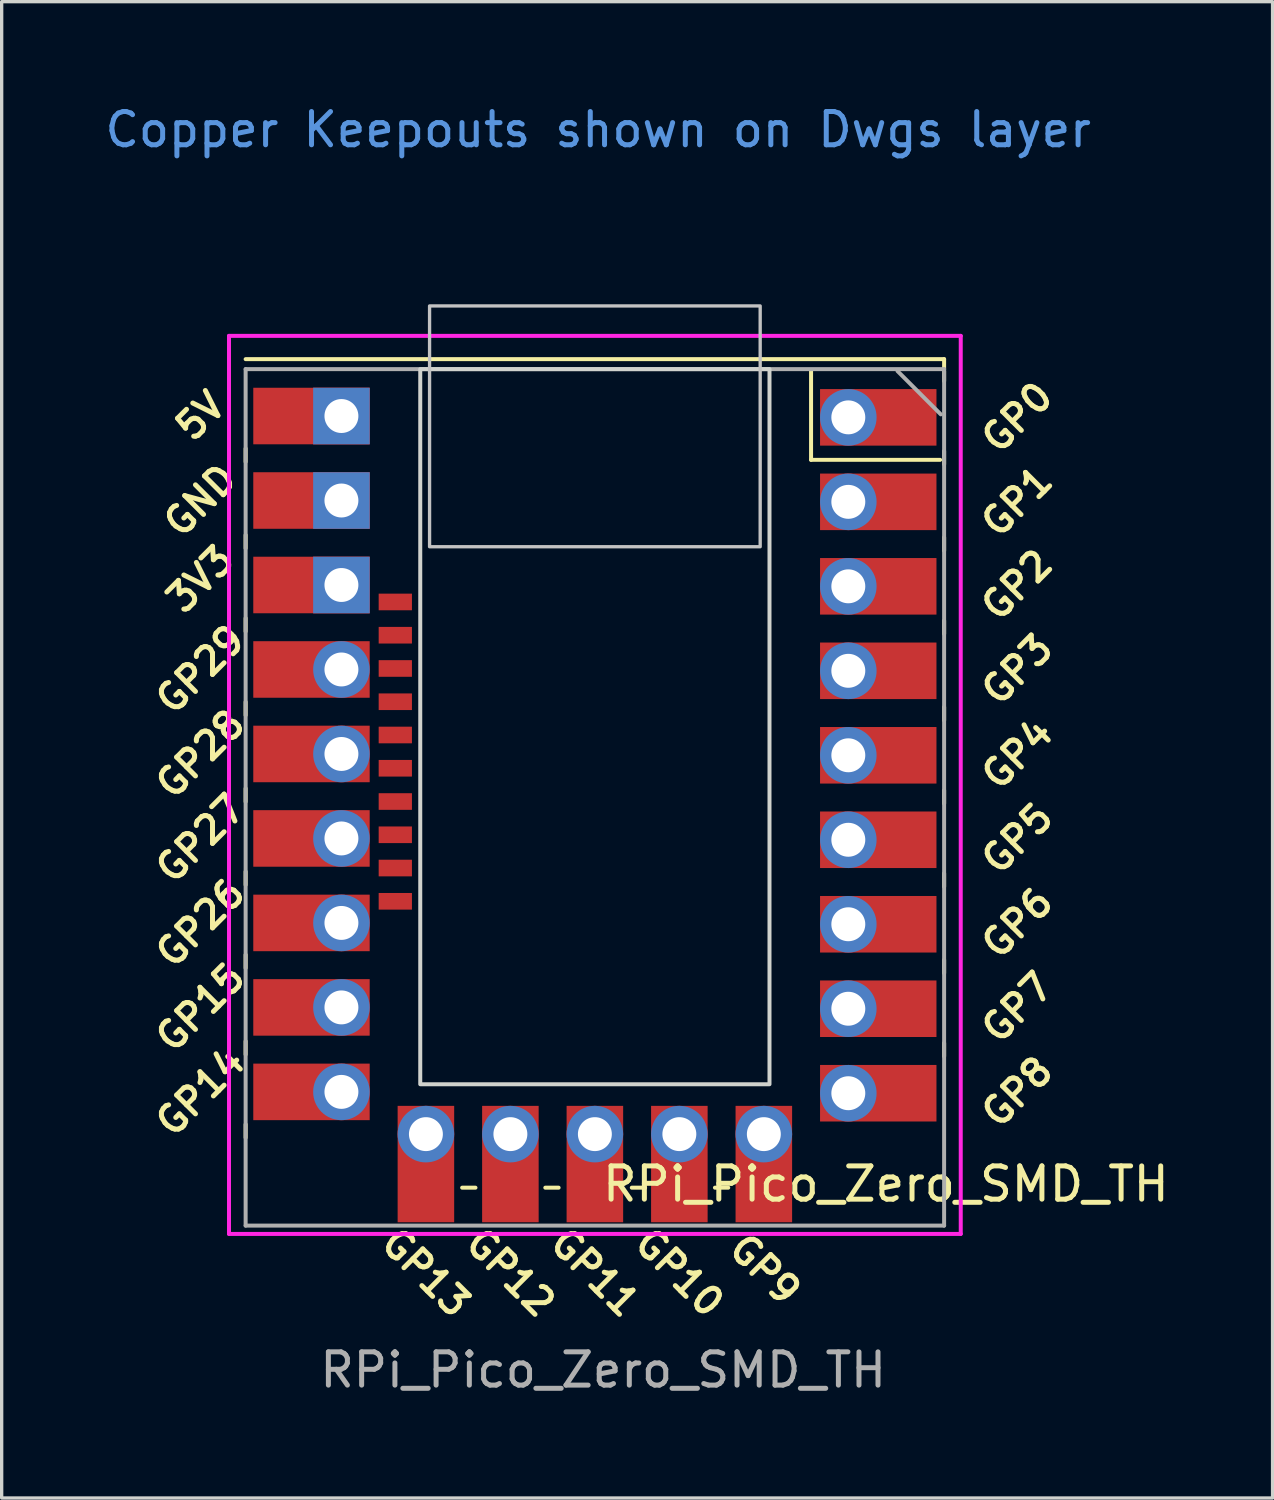
<source format=kicad_pcb>
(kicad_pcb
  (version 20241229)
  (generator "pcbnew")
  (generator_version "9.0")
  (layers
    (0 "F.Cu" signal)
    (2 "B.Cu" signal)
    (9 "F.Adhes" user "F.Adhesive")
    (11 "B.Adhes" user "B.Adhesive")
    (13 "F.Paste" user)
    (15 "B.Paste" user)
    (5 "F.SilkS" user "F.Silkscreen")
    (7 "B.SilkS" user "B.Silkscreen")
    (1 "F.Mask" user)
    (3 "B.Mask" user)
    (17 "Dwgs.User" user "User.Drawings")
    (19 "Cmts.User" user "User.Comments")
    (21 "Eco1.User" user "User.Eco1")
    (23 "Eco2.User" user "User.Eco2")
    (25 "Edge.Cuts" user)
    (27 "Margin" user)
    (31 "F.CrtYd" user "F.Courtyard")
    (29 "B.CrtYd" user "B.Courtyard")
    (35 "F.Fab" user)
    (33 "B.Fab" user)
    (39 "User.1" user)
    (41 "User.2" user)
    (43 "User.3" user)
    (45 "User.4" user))
  (footprint "RPi_Pico_Zero_SMD_TH"
    (layer "F.Cu")
    (at 14.835 31.048)
    (property "Reference" "RPi_Pico_Zero_SMD_TH" (at 8.75 1.5 0) (layer "F.SilkS") (effects (font (size 1 1) (thickness 0.15))))
    (attr through_hole)
    (fp_line (start -10.5 -23.3) (end 10.5 -23.3) (stroke (width 0.12) (type solid)) (layer "F.SilkS"))
    (fp_line (start -10.5 -20.213) (end -10.5 -20.613) (stroke (width 0.12) (type solid)) (layer "F.SilkS"))
    (fp_line (start -10.5 -17.613) (end -10.5 -18.013) (stroke (width 0.12) (type solid)) (layer "F.SilkS"))
    (fp_line (start -10.5 -15.113) (end -10.5 -15.513) (stroke (width 0.12) (type solid)) (layer "F.SilkS"))
    (fp_line (start -10.5 -12.594) (end -10.5 -12.994) (stroke (width 0.12) (type solid)) (layer "F.SilkS"))
    (fp_line (start -10.5 -9.994) (end -10.5 -10.394) (stroke (width 0.12) (type solid)) (layer "F.SilkS"))
    (fp_line (start -10.5 -7.494) (end -10.5 -7.894) (stroke (width 0.12) (type solid)) (layer "F.SilkS"))
    (fp_line (start -10.5 -4.994) (end -10.5 -5.394) (stroke (width 0.12) (type solid)) (layer "F.SilkS"))
    (fp_line (start -10.5 -2.394) (end -10.5 -2.794) (stroke (width 0.12) (type solid)) (layer "F.SilkS"))
    (fp_line (start -10.5 0.106) (end -10.5 -0.294) (stroke (width 0.12) (type solid)) (layer "F.SilkS"))
    (fp_line (start -3.59 1.61) (end -3.99 1.61) (stroke (width 0.12) (type solid)) (layer "F.SilkS"))
    (fp_line (start -1.09 1.61) (end -1.49 1.61) (stroke (width 0.12) (type solid)) (layer "F.SilkS"))
    (fp_line (start 1.51 1.61) (end 1.11 1.61) (stroke (width 0.12) (type solid)) (layer "F.SilkS"))
    (fp_line (start 4.01 1.61) (end 3.61 1.61) (stroke (width 0.12) (type solid)) (layer "F.SilkS"))
    (fp_line (start 6.5 -20.273) (end 6.5 -22.94) (stroke (width 0.12) (type solid)) (layer "F.SilkS"))
    (fp_line (start 6.5 -20.273) (end 10.38 -20.273) (stroke (width 0.12) (type solid)) (layer "F.SilkS"))
    (fp_line (start 10.5 -23.3) (end 10.5 -23) (stroke (width 0.12) (type solid)) (layer "F.SilkS"))
    (fp_line (start 10.5 -22.94) (end 10.5 -22.64) (stroke (width 0.12) (type solid)) (layer "F.SilkS"))
    (fp_line (start 10.5 -20.54) (end 10.5 -20.14) (stroke (width 0.12) (type solid)) (layer "F.SilkS"))
    (fp_line (start 10.5 -17.94) (end 10.5 -17.54) (stroke (width 0.12) (type solid)) (layer "F.SilkS"))
    (fp_line (start 10.5 -15.44) (end 10.5 -15.04) (stroke (width 0.12) (type solid)) (layer "F.SilkS"))
    (fp_line (start 10.5 -12.84) (end 10.5 -12.44) (stroke (width 0.12) (type solid)) (layer "F.SilkS"))
    (fp_line (start 10.5 -10.34) (end 10.5 -9.94) (stroke (width 0.12) (type solid)) (layer "F.SilkS"))
    (fp_line (start 10.5 -7.84) (end 10.5 -7.44) (stroke (width 0.12) (type solid)) (layer "F.SilkS"))
    (fp_line (start 10.5 -5.24) (end 10.5 -4.84) (stroke (width 0.12) (type solid)) (layer "F.SilkS"))
    (fp_line (start 10.5 -2.74) (end 10.5 -2.34) (stroke (width 0.12) (type solid)) (layer "F.SilkS"))
    (fp_poly (pts (xy 4.97 -17.66) (xy -4.97 -17.66) (xy -4.97 -24.9) (xy 4.97 -24.9)) (stroke (width 0.1) (type solid)) (fill no) (layer "Dwgs.User"))
    (fp_rect (start -5.25 -23) (end 5.25 -1.5) (stroke (width 0.12) (type default)) (fill no) (layer "Edge.Cuts"))
    (fp_line (start -11 -24) (end 11 -24) (stroke (width 0.12) (type solid)) (layer "F.CrtYd"))
    (fp_line (start -11 3) (end -11 -24) (stroke (width 0.12) (type solid)) (layer "F.CrtYd"))
    (fp_line (start 11 -24) (end 11 3) (stroke (width 0.12) (type solid)) (layer "F.CrtYd"))
    (fp_line (start 11 3) (end -11 3) (stroke (width 0.12) (type solid)) (layer "F.CrtYd"))
    (fp_line (start -10.5 -23) (end 10.5 -23) (stroke (width 0.12) (type solid)) (layer "F.Fab"))
    (fp_line (start -10.5 2.75) (end -10.5 -23) (stroke (width 0.12) (type solid)) (layer "F.Fab"))
    (fp_line (start 10.4 -21.64) (end 9.1 -22.94) (stroke (width 0.12) (type solid)) (layer "F.Fab"))
    (fp_line (start 10.5 -23) (end 10.5 2.75) (stroke (width 0.12) (type solid)) (layer "F.Fab"))
    (fp_line (start 10.5 2.75) (end -10.5 2.75) (stroke (width 0.12) (type solid)) (layer "F.Fab"))
    (fp_text user "GP26" (at -11.86 -6.35 225) (layer "F.SilkS") (effects (font (size 0.8 0.8) (thickness 0.15))))
    (fp_text user "GP10" (at 2.54 4.164 135) (layer "F.SilkS") (effects (font (size 0.8 0.8) (thickness 0.15))))
    (fp_text user "GP12" (at -2.54 4.164 135) (layer "F.SilkS") (effects (font (size 0.8 0.8) (thickness 0.15))))
    (fp_text user "GP27" (at -11.86 -8.89 225) (layer "F.SilkS") (effects (font (size 0.8 0.8) (thickness 0.15))))
    (fp_text user "3V3" (at -11.86 -16.69 45) (layer "F.SilkS") (effects (font (size 0.8 0.8) (thickness 0.15))))
    (fp_text user "GP13" (at -5.08 4.164 135) (layer "F.SilkS") (effects (font (size 0.8 0.8) (thickness 0.15))))
    (fp_text user "GP11" (at 0 4.164 135) (layer "F.SilkS") (effects (font (size 0.8 0.8) (thickness 0.15))))
    (fp_text user "GP3" (at 12.7 -13.97 45) (layer "F.SilkS") (effects (font (size 0.8 0.8) (thickness 0.15))))
    (fp_text user "GP15" (at -11.86 -3.81 225) (layer "F.SilkS") (effects (font (size 0.8 0.8) (thickness 0.15))))
    (fp_text user "GP1" (at 12.69 -19.02 45) (layer "F.SilkS") (effects (font (size 0.8 0.8) (thickness 0.15))))
    (fp_text user "GND" (at -11.86 -19.05 45) (layer "F.SilkS") (effects (font (size 0.8 0.8) (thickness 0.15))))
    (fp_text user "GP2" (at 12.69 -16.51 45) (layer "F.SilkS") (effects (font (size 0.8 0.8) (thickness 0.15))))
    (fp_text user "GP7" (at 12.7 -3.81 45) (layer "F.SilkS") (effects (font (size 0.8 0.8) (thickness 0.15))))
    (fp_text user "GP29" (at -11.86 -13.97 45) (layer "F.SilkS") (effects (font (size 0.8 0.8) (thickness 0.15))))
    (fp_text user "GP5" (at 12.7 -8.89 45) (layer "F.SilkS") (effects (font (size 0.8 0.8) (thickness 0.15))))
    (fp_text user "GP4" (at 12.7 -11.43 45) (layer "F.SilkS") (effects (font (size 0.8 0.8) (thickness 0.15))))
    (fp_text user "GP28" (at -11.86 -11.43 225) (layer "F.SilkS") (effects (font (size 0.8 0.8) (thickness 0.15))))
    (fp_text user "5V" (at -11.86 -21.59 45) (layer "F.SilkS") (effects (font (size 0.8 0.8) (thickness 0.15))))
    (fp_text user "GP6" (at 12.7 -6.35 45) (layer "F.SilkS") (effects (font (size 0.8 0.8) (thickness 0.15))))
    (fp_text user "GP0" (at 12.7 -21.55 45) (layer "F.SilkS") (effects (font (size 0.8 0.8) (thickness 0.15))))
    (fp_text user "GP14" (at -11.86 -1.27 225) (layer "F.SilkS") (effects (font (size 0.8 0.8) (thickness 0.15))))
    (fp_text user "GP8" (at 12.7 -1.27 45) (layer "F.SilkS") (effects (font (size 0.8 0.8) (thickness 0.15))))
    (fp_text user "GP9" (at 5.11 4.064 135) (layer "F.SilkS") (effects (font (size 0.8 0.8) (thickness 0.15))))
    (fp_text user "Copper Keepouts shown on Dwgs layer" (at 0.1 -30.2 0) (layer "Cmts.User") (effects (font (size 1 1) (thickness 0.15))))
    (fp_text user "${REFERENCE}" (at 0.25 7.091 180) (layer "F.Fab") (effects (font (size 1 1) (thickness 0.15))))
    (pad "1" thru_hole oval (at 7.62 -21.55 180) (size 1.7 1.7) (drill 1.02) (layers "*.Cu" "*.Mask"))
    (pad "1" smd rect (at 7.62 -21.55 180) (size 3.5 1.7) (drill (offset -0.9 0)) (layers "F.Cu" "F.Mask"))
    (pad "2" thru_hole oval (at 7.62 -19.01 180) (size 1.7 1.7) (drill 1.02) (layers "*.Cu" "*.Mask"))
    (pad "2" smd rect (at 7.62 -19.01 180) (size 3.5 1.7) (drill (offset -0.9 0)) (layers "F.Cu" "F.Mask"))
    (pad "3" thru_hole oval (at 7.62 -16.47 180) (size 1.7 1.7) (drill 1.02) (layers "*.Cu" "*.Mask"))
    (pad "3" smd rect (at 7.62 -16.47 180) (size 3.5 1.7) (drill (offset -0.9 0)) (layers "F.Cu" "F.Mask"))
    (pad "4" thru_hole oval (at 7.62 -13.93 180) (size 1.7 1.7) (drill 1.02) (layers "*.Cu" "*.Mask"))
    (pad "4" smd rect (at 7.62 -13.93 180) (size 3.5 1.7) (drill (offset -0.9 0)) (layers "F.Cu" "F.Mask"))
    (pad "5" thru_hole oval (at 7.62 -11.39 180) (size 1.7 1.7) (drill 1.02) (layers "*.Cu" "*.Mask"))
    (pad "5" smd rect (at 7.62 -11.39 180) (size 3.5 1.7) (drill (offset -0.9 0)) (layers "F.Cu" "F.Mask"))
    (pad "6" thru_hole oval (at 7.62 -8.85 180) (size 1.7 1.7) (drill 1.02) (layers "*.Cu" "*.Mask"))
    (pad "6" smd rect (at 7.62 -8.85 180) (size 3.5 1.7) (drill (offset -0.9 0)) (layers "F.Cu" "F.Mask"))
    (pad "7" thru_hole oval (at 7.62 -6.31 180) (size 1.7 1.7) (drill 1.02) (layers "*.Cu" "*.Mask"))
    (pad "7" smd rect (at 7.62 -6.31 180) (size 3.5 1.7) (drill (offset -0.9 0)) (layers "F.Cu" "F.Mask"))
    (pad "8" thru_hole oval (at 7.62 -3.77 180) (size 1.7 1.7) (drill 1.02) (layers "*.Cu" "*.Mask"))
    (pad "8" smd rect (at 7.62 -3.77 180) (size 3.5 1.7) (drill (offset -0.9 0)) (layers "F.Cu" "F.Mask"))
    (pad "9" thru_hole oval (at 7.62 -1.23 180) (size 1.7 1.7) (drill 1.02) (layers "*.Cu" "*.Mask"))
    (pad "9" smd rect (at 7.62 -1.23 180) (size 3.5 1.7) (drill (offset -0.9 0)) (layers "F.Cu" "F.Mask"))
    (pad "10" thru_hole oval (at 5.08 0 270) (size 1.7 1.7) (drill 1.02) (layers "*.Cu" "*.Mask"))
    (pad "10" smd rect (at 5.08 0 270) (size 3.5 1.7) (drill (offset 0.9 0)) (layers "F.Cu" "F.Mask"))
    (pad "11" thru_hole oval (at 2.54 0 270) (size 1.7 1.7) (drill 1.02) (layers "*.Cu" "*.Mask"))
    (pad "11" smd rect (at 2.54 0 270) (size 3.5 1.7) (drill (offset 0.9 0)) (layers "F.Cu" "F.Mask"))
    (pad "12" thru_hole oval (at 0 0 270) (size 1.7 1.7) (drill 1.02) (layers "*.Cu" "*.Mask"))
    (pad "12" smd rect (at 0 0 270) (size 3.5 1.7) (drill (offset 0.9 0)) (layers "F.Cu" "F.Mask"))
    (pad "13" thru_hole oval (at -2.54 0 180) (size 1.7 1.7) (drill 1.02) (layers "*.Cu" "*.Mask"))
    (pad "13" smd rect (at -2.54 0 270) (size 3.5 1.7) (drill (offset 0.9 0)) (layers "F.Cu" "F.Mask"))
    (pad "14" thru_hole oval (at -5.08 0 270) (size 1.7 1.7) (drill 1.02) (layers "*.Cu" "*.Mask"))
    (pad "14" smd rect (at -5.08 0 270) (size 3.5 1.7) (drill (offset 0.9 0)) (layers "F.Cu" "F.Mask"))
    (pad "15" thru_hole oval (at -7.62 -1.27 180) (size 1.7 1.7) (drill 1.02) (layers "*.Cu" "*.Mask"))
    (pad "15" smd rect (at -7.62 -1.27) (size 3.5 1.7) (drill (offset -0.9 0)) (layers "F.Cu" "F.Mask"))
    (pad "16" thru_hole oval (at -7.62 -3.81) (size 1.7 1.7) (drill 1.02) (layers "*.Cu" "*.Mask"))
    (pad "16" smd rect (at -7.62 -3.81) (size 3.5 1.7) (drill (offset -0.9 0)) (layers "F.Cu" "F.Mask"))
    (pad "17" thru_hole oval (at -7.62 -6.35) (size 1.7 1.7) (drill 1.02) (layers "*.Cu" "*.Mask"))
    (pad "17" smd rect (at -7.62 -6.35) (size 3.5 1.7) (drill (offset -0.9 0)) (layers "F.Cu" "F.Mask"))
    (pad "18" thru_hole oval (at -7.62 -8.89 180) (size 1.7 1.7) (drill 1.02) (layers "*.Cu" "*.Mask"))
    (pad "18" smd rect (at -7.62 -8.89) (size 3.5 1.7) (drill (offset -0.9 0)) (layers "F.Cu" "F.Mask"))
    (pad "19" thru_hole oval (at -7.62 -11.43 180) (size 1.7 1.7) (drill 1.02) (layers "*.Cu" "*.Mask"))
    (pad "19" smd rect (at -7.62 -11.43) (size 3.5 1.7) (drill (offset -0.9 0)) (layers "F.Cu" "F.Mask"))
    (pad "20" thru_hole oval (at -7.62 -13.97) (size 1.7 1.7) (drill 1.02) (layers "*.Cu" "*.Mask"))
    (pad "20" smd rect (at -7.62 -13.97) (size 3.5 1.7) (drill (offset -0.9 0)) (layers "F.Cu" "F.Mask"))
    (pad "21" thru_hole rect (at -7.62 -16.51 180) (size 1.7 1.7) (drill 1.02) (layers "*.Cu" "*.Mask"))
    (pad "21" smd rect (at -7.62 -16.51 180) (size 3.5 1.7) (drill (offset 0.9 0)) (layers "F.Cu" "F.Mask"))
    (pad "22" thru_hole rect (at -7.62 -19.05 180) (size 1.7 1.7) (drill 1.02) (layers "*.Cu" "*.Mask"))
    (pad "22" smd rect (at -7.62 -19.05 180) (size 3.5 1.7) (drill (offset 0.9 0)) (layers "F.Cu" "F.Mask"))
    (pad "23" thru_hole rect (at -7.62 -21.59 180) (size 1.7 1.7) (drill 1.02) (layers "*.Cu" "*.Mask"))
    (pad "23" smd rect (at -7.62 -21.59 180) (size 3.5 1.7) (drill (offset 0.9 0)) (layers "F.Cu" "F.Mask"))
    (pad "24" smd rect (at -6 -16 180) (size 1 0.5) (layers "F.Cu" "F.Mask" "F.Paste"))
    (pad "25" smd rect (at -6 -15 180) (size 1 0.5) (layers "F.Cu" "F.Mask" "F.Paste"))
    (pad "26" smd rect (at -6 -14 180) (size 1 0.5) (layers "F.Cu" "F.Mask" "F.Paste"))
    (pad "27" smd rect (at -6 -13 180) (size 1 0.5) (layers "F.Cu" "F.Mask" "F.Paste"))
    (pad "28" smd rect (at -6 -12 180) (size 1 0.5) (layers "F.Cu" "F.Mask" "F.Paste"))
    (pad "29" smd rect (at -6 -11 180) (size 1 0.5) (layers "F.Cu" "F.Mask" "F.Paste"))
    (pad "30" smd rect (at -6 -10 180) (size 1 0.5) (layers "F.Cu" "F.Mask" "F.Paste"))
    (pad "31" smd rect (at -6 -9 180) (size 1 0.5) (layers "F.Cu" "F.Mask" "F.Paste"))
    (pad "32" smd rect (at -6 -8 180) (size 1 0.5) (layers "F.Cu" "F.Mask" "F.Paste"))
    (pad "33" smd rect (at -6 -7 180) (size 1 0.5) (layers "F.Cu" "F.Mask" "F.Paste")))
  (gr_rect
    (start -3 -3)
    (end 35.21 41.987)
    (stroke (width 0.1) (type default))
    (fill no)
    (layer "Edge.Cuts")))
</source>
